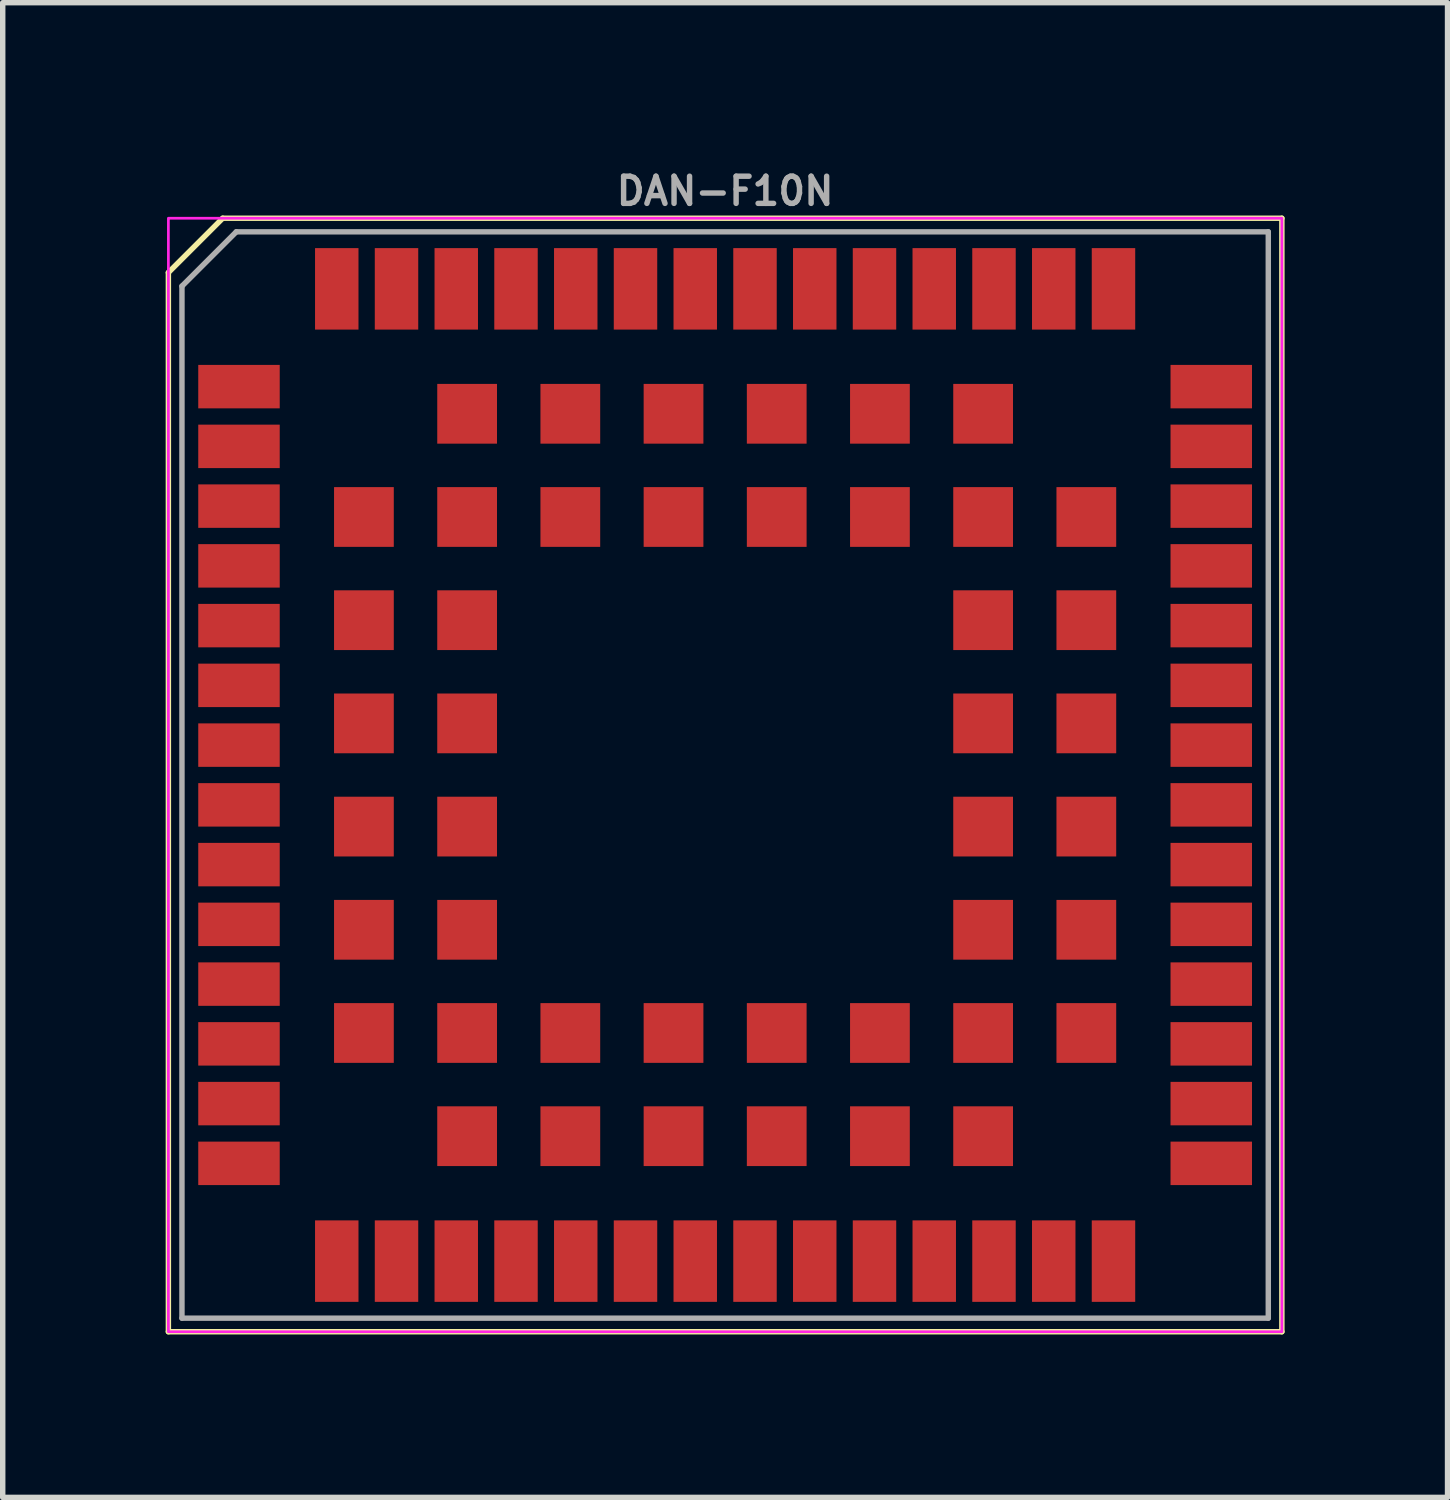
<source format=kicad_pcb>
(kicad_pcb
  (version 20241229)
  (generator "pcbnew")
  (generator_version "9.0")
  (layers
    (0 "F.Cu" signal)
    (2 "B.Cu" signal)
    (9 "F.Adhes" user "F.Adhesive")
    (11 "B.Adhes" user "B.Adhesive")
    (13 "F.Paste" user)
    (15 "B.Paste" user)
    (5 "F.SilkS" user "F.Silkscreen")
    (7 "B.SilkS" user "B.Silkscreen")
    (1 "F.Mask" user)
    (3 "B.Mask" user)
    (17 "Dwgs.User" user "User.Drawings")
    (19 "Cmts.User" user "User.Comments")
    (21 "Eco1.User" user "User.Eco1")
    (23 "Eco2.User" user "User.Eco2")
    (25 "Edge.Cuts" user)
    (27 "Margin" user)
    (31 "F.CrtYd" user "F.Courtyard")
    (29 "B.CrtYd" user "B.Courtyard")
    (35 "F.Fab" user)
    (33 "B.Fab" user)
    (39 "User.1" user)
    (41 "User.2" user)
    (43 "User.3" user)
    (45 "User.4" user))
  (footprint "DAN-F10N"
    (layer "F.Cu")
    (at 10.3 11.218)
    (property "Reference" "DAN-F10N" (at 0 -10.75 0) (layer "F.Fab") (effects (font (size 0.5 0.5) (thickness 0.1))))
    (attr smd)
    (fp_line (start -10.25 -9.25) (end -9.25 -10.25) (stroke (width 0.1) (type default)) (layer "F.SilkS"))
    (fp_line (start -10.25 10.25) (end -10.25 -9.25) (stroke (width 0.1) (type default)) (layer "F.SilkS"))
    (fp_line (start -9.25 -10.25) (end 10.25 -10.25) (stroke (width 0.1) (type default)) (layer "F.SilkS"))
    (fp_line (start 10.25 -10.25) (end 10.25 10.25) (stroke (width 0.1) (type default)) (layer "F.SilkS"))
    (fp_line (start 10.25 10.25) (end -10.25 10.25) (stroke (width 0.1) (type default)) (layer "F.SilkS"))
    (fp_rect (start -10.25 -10.25) (end 10.25 10.25) (stroke (width 0.05) (type default)) (fill no) (layer "F.CrtYd"))
    (fp_line (start -10 -9) (end -9 -10) (stroke (width 0.1) (type default)) (layer "F.Fab"))
    (fp_line (start -10 10) (end -10 -9) (stroke (width 0.1) (type default)) (layer "F.Fab"))
    (fp_line (start -10 10) (end 10 10) (stroke (width 0.1) (type default)) (layer "F.Fab"))
    (fp_line (start 10 -10) (end -9 -10) (stroke (width 0.1) (type default)) (layer "F.Fab"))
    (fp_line (start 10 10) (end 10 -10) (stroke (width 0.1) (type default)) (layer "F.Fab"))
    (pad "1" smd rect (at -8.95 -7.15 180) (size 1.5 0.8) (layers "F.Cu" "F.Mask" "F.Paste"))
    (pad "2" smd rect (at -8.95 -6.05 180) (size 1.5 0.8) (layers "F.Cu" "F.Mask" "F.Paste"))
    (pad "3" smd rect (at -8.95 -4.95 180) (size 1.5 0.8) (layers "F.Cu" "F.Mask" "F.Paste"))
    (pad "4" smd rect (at -8.95 -3.85 180) (size 1.5 0.8) (layers "F.Cu" "F.Mask" "F.Paste"))
    (pad "5" smd rect (at -8.95 -2.75 180) (size 1.5 0.8) (layers "F.Cu" "F.Mask" "F.Paste"))
    (pad "6" smd rect (at -8.95 -1.65 180) (size 1.5 0.8) (layers "F.Cu" "F.Mask" "F.Paste"))
    (pad "7" smd rect (at -8.95 -0.55 180) (size 1.5 0.8) (layers "F.Cu" "F.Mask" "F.Paste"))
    (pad "8" smd rect (at -8.95 0.55 180) (size 1.5 0.8) (layers "F.Cu" "F.Mask" "F.Paste"))
    (pad "9" smd rect (at -8.95 1.65 180) (size 1.5 0.8) (layers "F.Cu" "F.Mask" "F.Paste"))
    (pad "10" smd rect (at -8.95 2.75 180) (size 1.5 0.8) (layers "F.Cu" "F.Mask" "F.Paste"))
    (pad "11" smd rect (at -8.95 3.85 180) (size 1.5 0.8) (layers "F.Cu" "F.Mask" "F.Paste"))
    (pad "12" smd rect (at -8.95 4.95 180) (size 1.5 0.8) (layers "F.Cu" "F.Mask" "F.Paste"))
    (pad "13" smd rect (at -8.95 6.05 180) (size 1.5 0.8) (layers "F.Cu" "F.Mask" "F.Paste"))
    (pad "14" smd rect (at -8.95 7.15 180) (size 1.5 0.8) (layers "F.Cu" "F.Mask" "F.Paste"))
    (pad "15" smd rect (at -7.15 8.95 270) (size 1.5 0.8) (layers "F.Cu" "F.Mask" "F.Paste"))
    (pad "16" smd rect (at -6.05 8.95 270) (size 1.5 0.8) (layers "F.Cu" "F.Mask" "F.Paste"))
    (pad "17" smd rect (at -4.95 8.95 270) (size 1.5 0.8) (layers "F.Cu" "F.Mask" "F.Paste"))
    (pad "18" smd rect (at -3.85 8.95 270) (size 1.5 0.8) (layers "F.Cu" "F.Mask" "F.Paste"))
    (pad "19" smd rect (at -2.75 8.95 270) (size 1.5 0.8) (layers "F.Cu" "F.Mask" "F.Paste"))
    (pad "20" smd rect (at -1.65 8.95 270) (size 1.5 0.8) (layers "F.Cu" "F.Mask" "F.Paste"))
    (pad "21" smd rect (at -0.55 8.95 270) (size 1.5 0.8) (layers "F.Cu" "F.Mask" "F.Paste"))
    (pad "22" smd rect (at 0.55 8.95 270) (size 1.5 0.8) (layers "F.Cu" "F.Mask" "F.Paste"))
    (pad "23" smd rect (at 1.65 8.95 270) (size 1.5 0.8) (layers "F.Cu" "F.Mask" "F.Paste"))
    (pad "24" smd rect (at 2.75 8.95 270) (size 1.5 0.8) (layers "F.Cu" "F.Mask" "F.Paste"))
    (pad "25" smd rect (at 3.85 8.95 270) (size 1.5 0.8) (layers "F.Cu" "F.Mask" "F.Paste"))
    (pad "26" smd rect (at 4.95 8.95 270) (size 1.5 0.8) (layers "F.Cu" "F.Mask" "F.Paste"))
    (pad "27" smd rect (at 6.05 8.95 270) (size 1.5 0.8) (layers "F.Cu" "F.Mask" "F.Paste"))
    (pad "28" smd rect (at 7.15 8.95 270) (size 1.5 0.8) (layers "F.Cu" "F.Mask" "F.Paste"))
    (pad "29" smd rect (at 8.95 7.15) (size 1.5 0.8) (layers "F.Cu" "F.Mask" "F.Paste"))
    (pad "30" smd rect (at 8.95 6.05) (size 1.5 0.8) (layers "F.Cu" "F.Mask" "F.Paste"))
    (pad "31" smd rect (at 8.95 4.95) (size 1.5 0.8) (layers "F.Cu" "F.Mask" "F.Paste"))
    (pad "32" smd rect (at 8.95 3.85) (size 1.5 0.8) (layers "F.Cu" "F.Mask" "F.Paste"))
    (pad "33" smd rect (at 8.95 2.75) (size 1.5 0.8) (layers "F.Cu" "F.Mask" "F.Paste"))
    (pad "34" smd rect (at 8.95 1.65) (size 1.5 0.8) (layers "F.Cu" "F.Mask" "F.Paste"))
    (pad "35" smd rect (at 8.95 0.55) (size 1.5 0.8) (layers "F.Cu" "F.Mask" "F.Paste"))
    (pad "36" smd rect (at 8.95 -0.55) (size 1.5 0.8) (layers "F.Cu" "F.Mask" "F.Paste"))
    (pad "37" smd rect (at 8.95 -1.65) (size 1.5 0.8) (layers "F.Cu" "F.Mask" "F.Paste"))
    (pad "38" smd rect (at 8.95 -2.75) (size 1.5 0.8) (layers "F.Cu" "F.Mask" "F.Paste"))
    (pad "39" smd rect (at 8.95 -3.85) (size 1.5 0.8) (layers "F.Cu" "F.Mask" "F.Paste"))
    (pad "40" smd rect (at 8.95 -4.95) (size 1.5 0.8) (layers "F.Cu" "F.Mask" "F.Paste"))
    (pad "41" smd rect (at 8.95 -6.05) (size 1.5 0.8) (layers "F.Cu" "F.Mask" "F.Paste"))
    (pad "42" smd rect (at 8.95 -7.15) (size 1.5 0.8) (layers "F.Cu" "F.Mask" "F.Paste"))
    (pad "43" smd rect (at 7.15 -8.95 90) (size 1.5 0.8) (layers "F.Cu" "F.Mask" "F.Paste"))
    (pad "44" smd rect (at 6.05 -8.95 90) (size 1.5 0.8) (layers "F.Cu" "F.Mask" "F.Paste"))
    (pad "45" smd rect (at 4.95 -8.95 90) (size 1.5 0.8) (layers "F.Cu" "F.Mask" "F.Paste"))
    (pad "46" smd rect (at 3.85 -8.95 90) (size 1.5 0.8) (layers "F.Cu" "F.Mask" "F.Paste"))
    (pad "47" smd rect (at 2.75 -8.95 90) (size 1.5 0.8) (layers "F.Cu" "F.Mask" "F.Paste"))
    (pad "48" smd rect (at 1.65 -8.95 90) (size 1.5 0.8) (layers "F.Cu" "F.Mask" "F.Paste"))
    (pad "49" smd rect (at 0.55 -8.95 90) (size 1.5 0.8) (layers "F.Cu" "F.Mask" "F.Paste"))
    (pad "50" smd rect (at -0.55 -8.95 90) (size 1.5 0.8) (layers "F.Cu" "F.Mask" "F.Paste"))
    (pad "51" smd rect (at -1.65 -8.95 90) (size 1.5 0.8) (layers "F.Cu" "F.Mask" "F.Paste"))
    (pad "52" smd rect (at -2.75 -8.95 90) (size 1.5 0.8) (layers "F.Cu" "F.Mask" "F.Paste"))
    (pad "53" smd rect (at -3.85 -8.95 90) (size 1.5 0.8) (layers "F.Cu" "F.Mask" "F.Paste"))
    (pad "54" smd rect (at -4.95 -8.95 90) (size 1.5 0.8) (layers "F.Cu" "F.Mask" "F.Paste"))
    (pad "55" smd rect (at -6.05 -8.95 90) (size 1.5 0.8) (layers "F.Cu" "F.Mask" "F.Paste"))
    (pad "56" smd rect (at -7.15 -8.95 90) (size 1.5 0.8) (layers "F.Cu" "F.Mask" "F.Paste"))
    (pad "57" smd rect (at -6.65 -4.75 270) (size 1.1 1.1) (layers "F.Cu" "F.Mask" "F.Paste"))
    (pad "57" smd rect (at -6.65 -2.85) (size 1.1 1.1) (layers "F.Cu" "F.Mask" "F.Paste"))
    (pad "57" smd rect (at -6.65 -0.95) (size 1.1 1.1) (layers "F.Cu" "F.Mask" "F.Paste"))
    (pad "57" smd rect (at -6.65 0.95) (size 1.1 1.1) (layers "F.Cu" "F.Mask" "F.Paste"))
    (pad "57" smd rect (at -6.65 2.85) (size 1.1 1.1) (layers "F.Cu" "F.Mask" "F.Paste"))
    (pad "57" smd rect (at -6.65 4.75 90) (size 1.1 1.1) (layers "F.Cu" "F.Mask" "F.Paste"))
    (pad "57" smd rect (at -4.75 -6.65) (size 1.1 1.1) (layers "F.Cu" "F.Mask" "F.Paste"))
    (pad "57" smd rect (at -4.75 -4.75 270) (size 1.1 1.1) (layers "F.Cu" "F.Mask" "F.Paste"))
    (pad "57" smd rect (at -4.75 -2.85) (size 1.1 1.1) (layers "F.Cu" "F.Mask" "F.Paste"))
    (pad "57" smd rect (at -4.75 -0.95) (size 1.1 1.1) (layers "F.Cu" "F.Mask" "F.Paste"))
    (pad "57" smd rect (at -4.75 0.95) (size 1.1 1.1) (layers "F.Cu" "F.Mask" "F.Paste"))
    (pad "57" smd rect (at -4.75 2.85) (size 1.1 1.1) (layers "F.Cu" "F.Mask" "F.Paste"))
    (pad "57" smd rect (at -4.75 4.75) (size 1.1 1.1) (layers "F.Cu" "F.Mask" "F.Paste"))
    (pad "57" smd rect (at -4.75 6.65) (size 1.1 1.1) (layers "F.Cu" "F.Mask" "F.Paste"))
    (pad "57" smd rect (at -2.85 -6.65 270) (size 1.1 1.1) (layers "F.Cu" "F.Mask" "F.Paste"))
    (pad "57" smd rect (at -2.85 -4.75 270) (size 1.1 1.1) (layers "F.Cu" "F.Mask" "F.Paste"))
    (pad "57" smd rect (at -2.85 4.75 90) (size 1.1 1.1) (layers "F.Cu" "F.Mask" "F.Paste"))
    (pad "57" smd rect (at -2.85 6.65 90) (size 1.1 1.1) (layers "F.Cu" "F.Mask" "F.Paste"))
    (pad "57" smd rect (at -0.95 -6.65 270) (size 1.1 1.1) (layers "F.Cu" "F.Mask" "F.Paste"))
    (pad "57" smd rect (at -0.95 -4.75 270) (size 1.1 1.1) (layers "F.Cu" "F.Mask" "F.Paste"))
    (pad "57" smd rect (at -0.95 4.75 90) (size 1.1 1.1) (layers "F.Cu" "F.Mask" "F.Paste"))
    (pad "57" smd rect (at -0.95 6.65 90) (size 1.1 1.1) (layers "F.Cu" "F.Mask" "F.Paste"))
    (pad "57" smd rect (at 0.95 -6.65 270) (size 1.1 1.1) (layers "F.Cu" "F.Mask" "F.Paste"))
    (pad "57" smd rect (at 0.95 -4.75 270) (size 1.1 1.1) (layers "F.Cu" "F.Mask" "F.Paste"))
    (pad "57" smd rect (at 0.95 4.75 90) (size 1.1 1.1) (layers "F.Cu" "F.Mask" "F.Paste"))
    (pad "57" smd rect (at 0.95 6.65 90) (size 1.1 1.1) (layers "F.Cu" "F.Mask" "F.Paste"))
    (pad "57" smd rect (at 2.85 -6.65 270) (size 1.1 1.1) (layers "F.Cu" "F.Mask" "F.Paste"))
    (pad "57" smd rect (at 2.85 -4.75 270) (size 1.1 1.1) (layers "F.Cu" "F.Mask" "F.Paste"))
    (pad "57" smd rect (at 2.85 4.75 90) (size 1.1 1.1) (layers "F.Cu" "F.Mask" "F.Paste"))
    (pad "57" smd rect (at 2.85 6.65 90) (size 1.1 1.1) (layers "F.Cu" "F.Mask" "F.Paste"))
    (pad "57" smd rect (at 4.75 -6.65 180) (size 1.1 1.1) (layers "F.Cu" "F.Mask" "F.Paste"))
    (pad "57" smd rect (at 4.75 -4.75 180) (size 1.1 1.1) (layers "F.Cu" "F.Mask" "F.Paste"))
    (pad "57" smd rect (at 4.75 -2.85 180) (size 1.1 1.1) (layers "F.Cu" "F.Mask" "F.Paste"))
    (pad "57" smd rect (at 4.75 -0.95 180) (size 1.1 1.1) (layers "F.Cu" "F.Mask" "F.Paste"))
    (pad "57" smd rect (at 4.75 0.95 180) (size 1.1 1.1) (layers "F.Cu" "F.Mask" "F.Paste"))
    (pad "57" smd rect (at 4.75 2.85 180) (size 1.1 1.1) (layers "F.Cu" "F.Mask" "F.Paste"))
    (pad "57" smd rect (at 4.75 4.75 180) (size 1.1 1.1) (layers "F.Cu" "F.Mask" "F.Paste"))
    (pad "57" smd rect (at 4.75 6.65 180) (size 1.1 1.1) (layers "F.Cu" "F.Mask" "F.Paste"))
    (pad "57" smd rect (at 6.65 -4.75 270) (size 1.1 1.1) (layers "F.Cu" "F.Mask" "F.Paste"))
    (pad "57" smd rect (at 6.65 -2.85 180) (size 1.1 1.1) (layers "F.Cu" "F.Mask" "F.Paste"))
    (pad "57" smd rect (at 6.65 -0.95 180) (size 1.1 1.1) (layers "F.Cu" "F.Mask" "F.Paste"))
    (pad "57" smd rect (at 6.65 0.95 180) (size 1.1 1.1) (layers "F.Cu" "F.Mask" "F.Paste"))
    (pad "57" smd rect (at 6.65 2.85 180) (size 1.1 1.1) (layers "F.Cu" "F.Mask" "F.Paste"))
    (pad "57" smd rect (at 6.65 4.75 180) (size 1.1 1.1) (layers "F.Cu" "F.Mask" "F.Paste")))
  (gr_rect
    (start -3 -3)
    (end 23.6 24.518)
    (stroke (width 0.1) (type default))
    (fill no)
    (layer "Edge.Cuts")))
</source>
